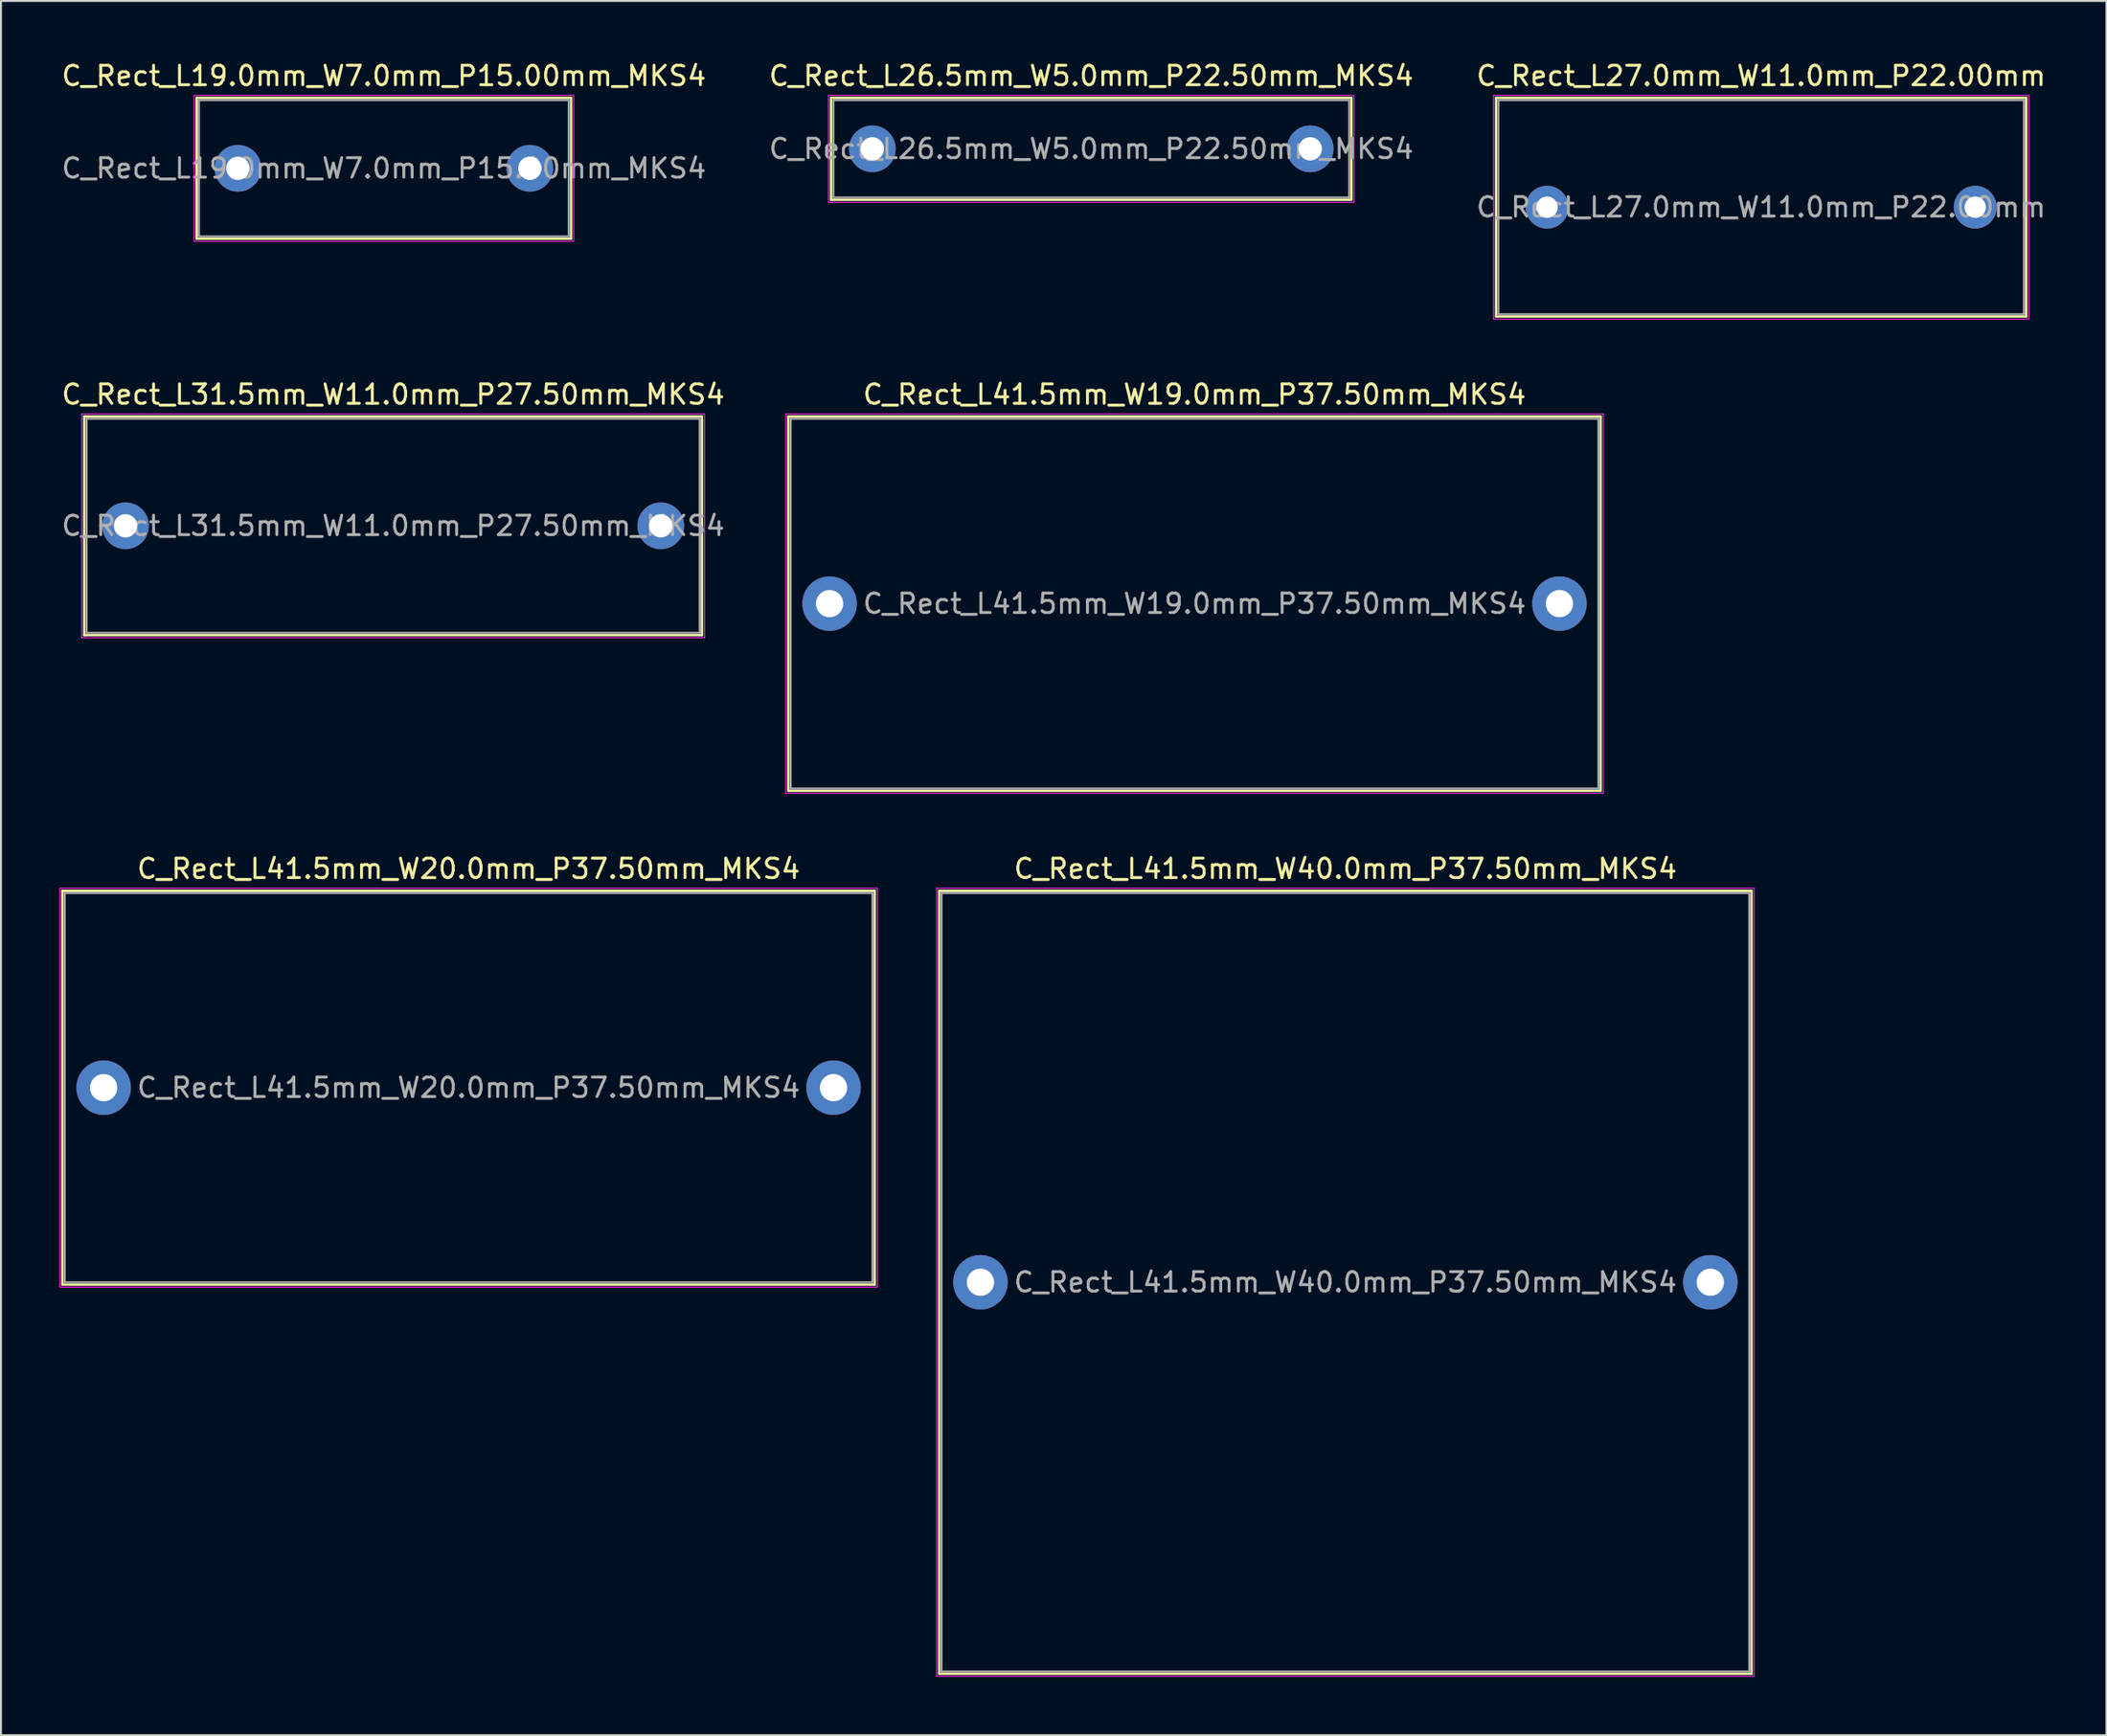
<source format=kicad_pcb>
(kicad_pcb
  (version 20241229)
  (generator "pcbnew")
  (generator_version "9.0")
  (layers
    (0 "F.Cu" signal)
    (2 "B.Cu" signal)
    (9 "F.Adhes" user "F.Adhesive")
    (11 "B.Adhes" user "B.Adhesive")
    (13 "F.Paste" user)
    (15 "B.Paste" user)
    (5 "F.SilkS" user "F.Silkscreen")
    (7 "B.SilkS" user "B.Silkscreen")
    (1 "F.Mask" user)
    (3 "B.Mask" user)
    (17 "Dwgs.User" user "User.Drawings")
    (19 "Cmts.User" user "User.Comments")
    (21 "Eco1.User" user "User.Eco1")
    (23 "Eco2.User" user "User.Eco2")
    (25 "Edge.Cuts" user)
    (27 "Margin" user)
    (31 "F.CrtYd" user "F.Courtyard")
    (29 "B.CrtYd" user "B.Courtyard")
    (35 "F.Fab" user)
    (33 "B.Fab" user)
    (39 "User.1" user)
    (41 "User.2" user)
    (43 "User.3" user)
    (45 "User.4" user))
  (footprint "C_Rect_L19.0mm_W7.0mm_P15.00mm_MKS4"
    (layer "F.Cu")
    (at 9.173 5.598)
    (property "Reference" "C_Rect_L19.0mm_W7.0mm_P15.00mm_MKS4" (at 7.5 -4.75 0) (layer "F.SilkS") (effects (font (size 1 1) (thickness 0.15))))
    (attr through_hole)
    (fp_line (start -2.12 -3.62) (end -2.12 3.62) (stroke (width 0.12) (type solid)) (layer "F.SilkS"))
    (fp_line (start -2.12 -3.62) (end 17.12 -3.62) (stroke (width 0.12) (type solid)) (layer "F.SilkS"))
    (fp_line (start -2.12 3.62) (end 17.12 3.62) (stroke (width 0.12) (type solid)) (layer "F.SilkS"))
    (fp_line (start 17.12 -3.62) (end 17.12 3.62) (stroke (width 0.12) (type solid)) (layer "F.SilkS"))
    (fp_line (start -2.25 -3.75) (end -2.25 3.75) (stroke (width 0.05) (type solid)) (layer "F.CrtYd"))
    (fp_line (start -2.25 3.75) (end 17.25 3.75) (stroke (width 0.05) (type solid)) (layer "F.CrtYd"))
    (fp_line (start 17.25 -3.75) (end -2.25 -3.75) (stroke (width 0.05) (type solid)) (layer "F.CrtYd"))
    (fp_line (start 17.25 3.75) (end 17.25 -3.75) (stroke (width 0.05) (type solid)) (layer "F.CrtYd"))
    (fp_line (start -2 -3.5) (end -2 3.5) (stroke (width 0.1) (type solid)) (layer "F.Fab"))
    (fp_line (start -2 3.5) (end 17 3.5) (stroke (width 0.1) (type solid)) (layer "F.Fab"))
    (fp_line (start 17 -3.5) (end -2 -3.5) (stroke (width 0.1) (type solid)) (layer "F.Fab"))
    (fp_line (start 17 3.5) (end 17 -3.5) (stroke (width 0.1) (type solid)) (layer "F.Fab"))
    (fp_text user "${REFERENCE}" (at 7.5 0 0) (layer "F.Fab") (effects (font (size 1 1) (thickness 0.15))))
    (pad "1" thru_hole circle (at 0 0) (size 2.4 2.4) (drill 1.2) (layers "*.Cu" "*.Mask"))
    (pad "2" thru_hole circle (at 15 0) (size 2.4 2.4) (drill 1.2) (layers "*.Cu" "*.Mask")))
  (footprint "C_Rect_L41.5mm_W40.0mm_P37.50mm_MKS4"
    (layer "F.Cu")
    (at 47.325 62.845)
    (property "Reference" "C_Rect_L41.5mm_W40.0mm_P37.50mm_MKS4" (at 18.75 -21.25 0) (layer "F.SilkS") (effects (font (size 1 1) (thickness 0.15))))
    (attr through_hole)
    (fp_line (start -2.12 -20.12) (end -2.12 20.12) (stroke (width 0.12) (type solid)) (layer "F.SilkS"))
    (fp_line (start -2.12 -20.12) (end 39.62 -20.12) (stroke (width 0.12) (type solid)) (layer "F.SilkS"))
    (fp_line (start -2.12 20.12) (end 39.62 20.12) (stroke (width 0.12) (type solid)) (layer "F.SilkS"))
    (fp_line (start 39.62 -20.12) (end 39.62 20.12) (stroke (width 0.12) (type solid)) (layer "F.SilkS"))
    (fp_line (start -2.25 -20.25) (end -2.25 20.25) (stroke (width 0.05) (type solid)) (layer "F.CrtYd"))
    (fp_line (start -2.25 20.25) (end 39.75 20.25) (stroke (width 0.05) (type solid)) (layer "F.CrtYd"))
    (fp_line (start 39.75 -20.25) (end -2.25 -20.25) (stroke (width 0.05) (type solid)) (layer "F.CrtYd"))
    (fp_line (start 39.75 20.25) (end 39.75 -20.25) (stroke (width 0.05) (type solid)) (layer "F.CrtYd"))
    (fp_line (start -2 -20) (end -2 20) (stroke (width 0.1) (type solid)) (layer "F.Fab"))
    (fp_line (start -2 20) (end 39.5 20) (stroke (width 0.1) (type solid)) (layer "F.Fab"))
    (fp_line (start 39.5 -20) (end -2 -20) (stroke (width 0.1) (type solid)) (layer "F.Fab"))
    (fp_line (start 39.5 20) (end 39.5 -20) (stroke (width 0.1) (type solid)) (layer "F.Fab"))
    (fp_text user "${REFERENCE}" (at 18.75 0 0) (layer "F.Fab") (effects (font (size 1 1) (thickness 0.15))))
    (pad "1" thru_hole circle (at 0 0) (size 2.8 2.8) (drill 1.4) (layers "*.Cu" "*.Mask"))
    (pad "2" thru_hole circle (at 37.5 0) (size 2.8 2.8) (drill 1.4) (layers "*.Cu" "*.Mask")))
  (footprint "C_Rect_L27.0mm_W11.0mm_P22.00mm"
    (layer "F.Cu")
    (at 76.435 7.598)
    (property "Reference" "C_Rect_L27.0mm_W11.0mm_P22.00mm" (at 11 -6.75 0) (layer "F.SilkS") (effects (font (size 1 1) (thickness 0.15))))
    (attr through_hole)
    (fp_line (start -2.62 -5.62) (end -2.62 5.62) (stroke (width 0.12) (type solid)) (layer "F.SilkS"))
    (fp_line (start -2.62 -5.62) (end 24.62 -5.62) (stroke (width 0.12) (type solid)) (layer "F.SilkS"))
    (fp_line (start -2.62 5.62) (end 24.62 5.62) (stroke (width 0.12) (type solid)) (layer "F.SilkS"))
    (fp_line (start 24.62 -5.62) (end 24.62 5.62) (stroke (width 0.12) (type solid)) (layer "F.SilkS"))
    (fp_line (start -2.75 -5.75) (end -2.75 5.75) (stroke (width 0.05) (type solid)) (layer "F.CrtYd"))
    (fp_line (start -2.75 5.75) (end 24.75 5.75) (stroke (width 0.05) (type solid)) (layer "F.CrtYd"))
    (fp_line (start 24.75 -5.75) (end -2.75 -5.75) (stroke (width 0.05) (type solid)) (layer "F.CrtYd"))
    (fp_line (start 24.75 5.75) (end 24.75 -5.75) (stroke (width 0.05) (type solid)) (layer "F.CrtYd"))
    (fp_line (start -2.5 -5.5) (end -2.5 5.5) (stroke (width 0.1) (type solid)) (layer "F.Fab"))
    (fp_line (start -2.5 5.5) (end 24.5 5.5) (stroke (width 0.1) (type solid)) (layer "F.Fab"))
    (fp_line (start 24.5 -5.5) (end -2.5 -5.5) (stroke (width 0.1) (type solid)) (layer "F.Fab"))
    (fp_line (start 24.5 5.5) (end 24.5 -5.5) (stroke (width 0.1) (type solid)) (layer "F.Fab"))
    (fp_text user "${REFERENCE}" (at 11 0 0) (layer "F.Fab") (effects (font (size 1 1) (thickness 0.15))))
    (pad "1" thru_hole circle (at 0 0) (size 2.2 2.2) (drill 1.1) (layers "*.Cu" "*.Mask"))
    (pad "2" thru_hole circle (at 22 0) (size 2.2 2.2) (drill 1.1) (layers "*.Cu" "*.Mask")))
  (footprint "C_Rect_L41.5mm_W20.0mm_P37.50mm_MKS4"
    (layer "F.Cu")
    (at 2.275 52.845)
    (property "Reference" "C_Rect_L41.5mm_W20.0mm_P37.50mm_MKS4" (at 18.75 -11.25 0) (layer "F.SilkS") (effects (font (size 1 1) (thickness 0.15))))
    (attr through_hole)
    (fp_line (start -2.12 -10.12) (end -2.12 10.12) (stroke (width 0.12) (type solid)) (layer "F.SilkS"))
    (fp_line (start -2.12 -10.12) (end 39.62 -10.12) (stroke (width 0.12) (type solid)) (layer "F.SilkS"))
    (fp_line (start -2.12 10.12) (end 39.62 10.12) (stroke (width 0.12) (type solid)) (layer "F.SilkS"))
    (fp_line (start 39.62 -10.12) (end 39.62 10.12) (stroke (width 0.12) (type solid)) (layer "F.SilkS"))
    (fp_line (start -2.25 -10.25) (end -2.25 10.25) (stroke (width 0.05) (type solid)) (layer "F.CrtYd"))
    (fp_line (start -2.25 10.25) (end 39.75 10.25) (stroke (width 0.05) (type solid)) (layer "F.CrtYd"))
    (fp_line (start 39.75 -10.25) (end -2.25 -10.25) (stroke (width 0.05) (type solid)) (layer "F.CrtYd"))
    (fp_line (start 39.75 10.25) (end 39.75 -10.25) (stroke (width 0.05) (type solid)) (layer "F.CrtYd"))
    (fp_line (start -2 -10) (end -2 10) (stroke (width 0.1) (type solid)) (layer "F.Fab"))
    (fp_line (start -2 10) (end 39.5 10) (stroke (width 0.1) (type solid)) (layer "F.Fab"))
    (fp_line (start 39.5 -10) (end -2 -10) (stroke (width 0.1) (type solid)) (layer "F.Fab"))
    (fp_line (start 39.5 10) (end 39.5 -10) (stroke (width 0.1) (type solid)) (layer "F.Fab"))
    (fp_text user "${REFERENCE}" (at 18.75 0 0) (layer "F.Fab") (effects (font (size 1 1) (thickness 0.15))))
    (pad "1" thru_hole circle (at 0 0) (size 2.8 2.8) (drill 1.4) (layers "*.Cu" "*.Mask"))
    (pad "2" thru_hole circle (at 37.5 0) (size 2.8 2.8) (drill 1.4) (layers "*.Cu" "*.Mask")))
  (footprint "C_Rect_L31.5mm_W11.0mm_P27.50mm_MKS4"
    (layer "F.Cu")
    (at 3.399 23.971)
    (property "Reference" "C_Rect_L31.5mm_W11.0mm_P27.50mm_MKS4" (at 13.75 -6.75 0) (layer "F.SilkS") (effects (font (size 1 1) (thickness 0.15))))
    (attr through_hole)
    (fp_line (start -2.12 -5.62) (end -2.12 5.62) (stroke (width 0.12) (type solid)) (layer "F.SilkS"))
    (fp_line (start -2.12 -5.62) (end 29.62 -5.62) (stroke (width 0.12) (type solid)) (layer "F.SilkS"))
    (fp_line (start -2.12 5.62) (end 29.62 5.62) (stroke (width 0.12) (type solid)) (layer "F.SilkS"))
    (fp_line (start 29.62 -5.62) (end 29.62 5.62) (stroke (width 0.12) (type solid)) (layer "F.SilkS"))
    (fp_line (start -2.25 -5.75) (end -2.25 5.75) (stroke (width 0.05) (type solid)) (layer "F.CrtYd"))
    (fp_line (start -2.25 5.75) (end 29.75 5.75) (stroke (width 0.05) (type solid)) (layer "F.CrtYd"))
    (fp_line (start 29.75 -5.75) (end -2.25 -5.75) (stroke (width 0.05) (type solid)) (layer "F.CrtYd"))
    (fp_line (start 29.75 5.75) (end 29.75 -5.75) (stroke (width 0.05) (type solid)) (layer "F.CrtYd"))
    (fp_line (start -2 -5.5) (end -2 5.5) (stroke (width 0.1) (type solid)) (layer "F.Fab"))
    (fp_line (start -2 5.5) (end 29.5 5.5) (stroke (width 0.1) (type solid)) (layer "F.Fab"))
    (fp_line (start 29.5 -5.5) (end -2 -5.5) (stroke (width 0.1) (type solid)) (layer "F.Fab"))
    (fp_line (start 29.5 5.5) (end 29.5 -5.5) (stroke (width 0.1) (type solid)) (layer "F.Fab"))
    (fp_text user "${REFERENCE}" (at 13.75 0 0) (layer "F.Fab") (effects (font (size 1 1) (thickness 0.15))))
    (pad "1" thru_hole circle (at 0 0) (size 2.4 2.4) (drill 1.2) (layers "*.Cu" "*.Mask"))
    (pad "2" thru_hole circle (at 27.5 0) (size 2.4 2.4) (drill 1.2) (layers "*.Cu" "*.Mask")))
  (footprint "C_Rect_L26.5mm_W5.0mm_P22.50mm_MKS4"
    (layer "F.Cu")
    (at 41.768 4.598)
    (property "Reference" "C_Rect_L26.5mm_W5.0mm_P22.50mm_MKS4" (at 11.25 -3.75 0) (layer "F.SilkS") (effects (font (size 1 1) (thickness 0.15))))
    (attr through_hole)
    (fp_line (start -2.12 -2.62) (end -2.12 2.62) (stroke (width 0.12) (type solid)) (layer "F.SilkS"))
    (fp_line (start -2.12 -2.62) (end 24.62 -2.62) (stroke (width 0.12) (type solid)) (layer "F.SilkS"))
    (fp_line (start -2.12 2.62) (end 24.62 2.62) (stroke (width 0.12) (type solid)) (layer "F.SilkS"))
    (fp_line (start 24.62 -2.62) (end 24.62 2.62) (stroke (width 0.12) (type solid)) (layer "F.SilkS"))
    (fp_line (start -2.25 -2.75) (end -2.25 2.75) (stroke (width 0.05) (type solid)) (layer "F.CrtYd"))
    (fp_line (start -2.25 2.75) (end 24.75 2.75) (stroke (width 0.05) (type solid)) (layer "F.CrtYd"))
    (fp_line (start 24.75 -2.75) (end -2.25 -2.75) (stroke (width 0.05) (type solid)) (layer "F.CrtYd"))
    (fp_line (start 24.75 2.75) (end 24.75 -2.75) (stroke (width 0.05) (type solid)) (layer "F.CrtYd"))
    (fp_line (start -2 -2.5) (end -2 2.5) (stroke (width 0.1) (type solid)) (layer "F.Fab"))
    (fp_line (start -2 2.5) (end 24.5 2.5) (stroke (width 0.1) (type solid)) (layer "F.Fab"))
    (fp_line (start 24.5 -2.5) (end -2 -2.5) (stroke (width 0.1) (type solid)) (layer "F.Fab"))
    (fp_line (start 24.5 2.5) (end 24.5 -2.5) (stroke (width 0.1) (type solid)) (layer "F.Fab"))
    (fp_text user "${REFERENCE}" (at 11.25 0 0) (layer "F.Fab") (effects (font (size 1 1) (thickness 0.15))))
    (pad "1" thru_hole circle (at 0 0) (size 2.4 2.4) (drill 1.2) (layers "*.Cu" "*.Mask"))
    (pad "2" thru_hole circle (at 22.5 0) (size 2.4 2.4) (drill 1.2) (layers "*.Cu" "*.Mask")))
  (footprint "C_Rect_L41.5mm_W19.0mm_P37.50mm_MKS4"
    (layer "F.Cu")
    (at 39.573 27.971)
    (property "Reference" "C_Rect_L41.5mm_W19.0mm_P37.50mm_MKS4" (at 18.75 -10.75 0) (layer "F.SilkS") (effects (font (size 1 1) (thickness 0.15))))
    (attr through_hole)
    (fp_line (start -2.12 -9.62) (end -2.12 9.62) (stroke (width 0.12) (type solid)) (layer "F.SilkS"))
    (fp_line (start -2.12 -9.62) (end 39.62 -9.62) (stroke (width 0.12) (type solid)) (layer "F.SilkS"))
    (fp_line (start -2.12 9.62) (end 39.62 9.62) (stroke (width 0.12) (type solid)) (layer "F.SilkS"))
    (fp_line (start 39.62 -9.62) (end 39.62 9.62) (stroke (width 0.12) (type solid)) (layer "F.SilkS"))
    (fp_line (start -2.25 -9.75) (end -2.25 9.75) (stroke (width 0.05) (type solid)) (layer "F.CrtYd"))
    (fp_line (start -2.25 9.75) (end 39.75 9.75) (stroke (width 0.05) (type solid)) (layer "F.CrtYd"))
    (fp_line (start 39.75 -9.75) (end -2.25 -9.75) (stroke (width 0.05) (type solid)) (layer "F.CrtYd"))
    (fp_line (start 39.75 9.75) (end 39.75 -9.75) (stroke (width 0.05) (type solid)) (layer "F.CrtYd"))
    (fp_line (start -2 -9.5) (end -2 9.5) (stroke (width 0.1) (type solid)) (layer "F.Fab"))
    (fp_line (start -2 9.5) (end 39.5 9.5) (stroke (width 0.1) (type solid)) (layer "F.Fab"))
    (fp_line (start 39.5 -9.5) (end -2 -9.5) (stroke (width 0.1) (type solid)) (layer "F.Fab"))
    (fp_line (start 39.5 9.5) (end 39.5 -9.5) (stroke (width 0.1) (type solid)) (layer "F.Fab"))
    (fp_text user "${REFERENCE}" (at 18.75 0 0) (layer "F.Fab") (effects (font (size 1 1) (thickness 0.15))))
    (pad "1" thru_hole circle (at 0 0) (size 2.8 2.8) (drill 1.4) (layers "*.Cu" "*.Mask"))
    (pad "2" thru_hole circle (at 37.5 0) (size 2.8 2.8) (drill 1.4) (layers "*.Cu" "*.Mask")))
  (gr_rect
    (start -3 -3)
    (end 105.179 86.12)
    (stroke (width 0.1) (type default))
    (fill no)
    (layer "Edge.Cuts")))
</source>
